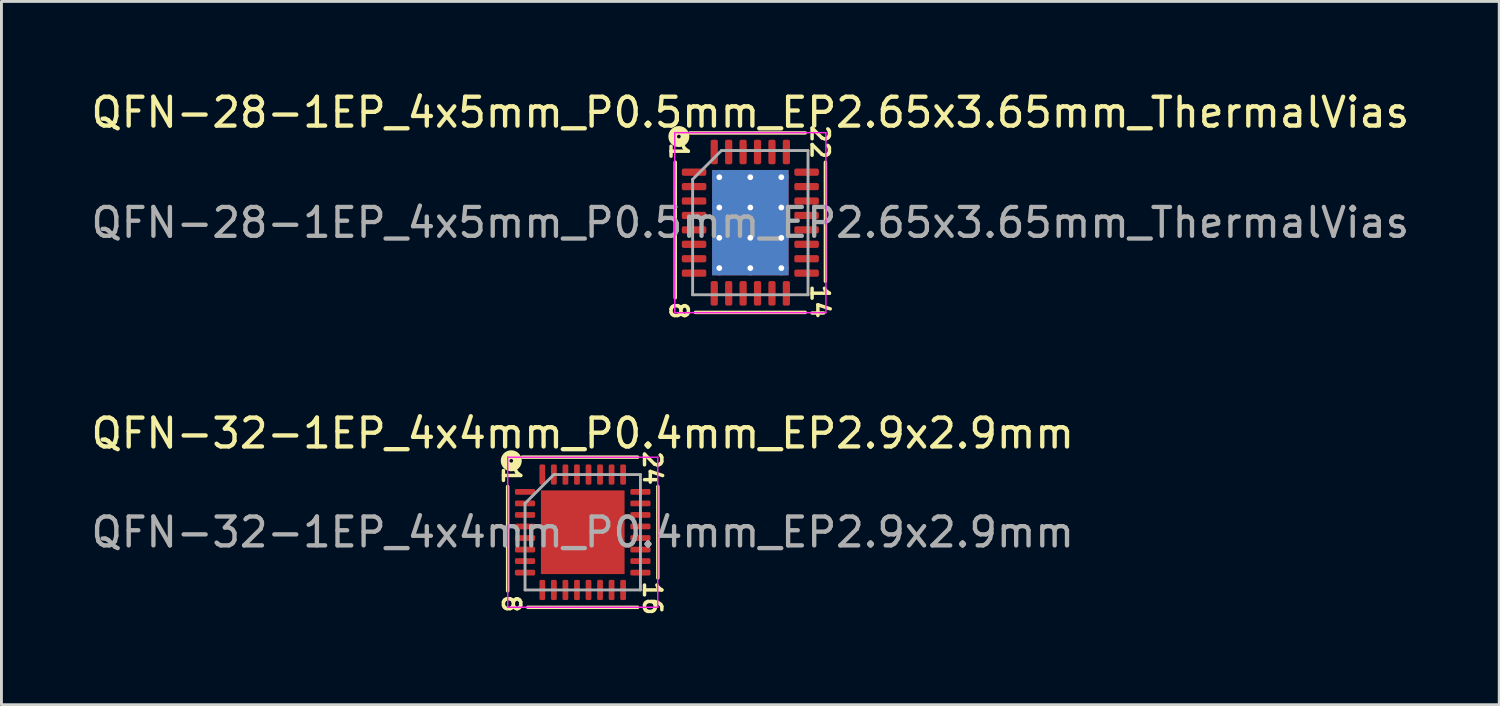
<source format=kicad_pcb>
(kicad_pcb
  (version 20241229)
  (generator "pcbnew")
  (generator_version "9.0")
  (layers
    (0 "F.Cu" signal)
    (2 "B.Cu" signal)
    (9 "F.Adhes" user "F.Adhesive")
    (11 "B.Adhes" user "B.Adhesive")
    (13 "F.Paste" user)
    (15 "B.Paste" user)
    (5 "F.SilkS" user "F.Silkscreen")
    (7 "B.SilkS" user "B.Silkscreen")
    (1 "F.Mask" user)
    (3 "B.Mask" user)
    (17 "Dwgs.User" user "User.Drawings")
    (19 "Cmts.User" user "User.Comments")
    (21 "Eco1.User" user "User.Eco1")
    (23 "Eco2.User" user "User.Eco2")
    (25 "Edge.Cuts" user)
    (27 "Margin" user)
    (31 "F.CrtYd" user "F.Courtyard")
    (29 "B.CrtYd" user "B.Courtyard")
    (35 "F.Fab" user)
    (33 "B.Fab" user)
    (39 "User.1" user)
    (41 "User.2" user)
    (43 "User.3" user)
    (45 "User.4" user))
  (footprint "QFN-28-1EP_4x5mm_P0.5mm_EP2.65x3.65mm_ThermalVias"
    (layer "F.Cu")
    (at 22.958 4.668)
    (property "Reference" "QFN-28-1EP_4x5mm_P0.5mm_EP2.65x3.65mm_ThermalVias" (at 0 -3.82 0) (layer "F.SilkS") (effects (font (size 1 1) (thickness 0.15))))
    (attr smd)
    (fp_line (start -2.603 -2.095) (end -2.603 2.603) (stroke (width 0.12) (type solid)) (layer "F.SilkS"))
    (fp_line (start -1.905 3.111) (end 1.905 3.111) (stroke (width 0.12) (type solid)) (layer "F.SilkS"))
    (fp_line (start 1.905 -3.111) (end -2.095 -3.111) (stroke (width 0.12) (type solid)) (layer "F.SilkS"))
    (fp_line (start 2.603 2.032) (end 2.603 -2.095) (stroke (width 0.12) (type solid)) (layer "F.SilkS"))
    (fp_circle (center -2.477 -2.985) (end -2.413 -2.985) (stroke (width 0.3) (type solid)) (fill no) (layer "F.SilkS"))
    (fp_line (start -2.62 -3.12) (end -2.62 3.12) (stroke (width 0.05) (type solid)) (layer "F.CrtYd"))
    (fp_line (start -2.62 3.12) (end 2.62 3.12) (stroke (width 0.05) (type solid)) (layer "F.CrtYd"))
    (fp_line (start 2.62 -3.12) (end -2.62 -3.12) (stroke (width 0.05) (type solid)) (layer "F.CrtYd"))
    (fp_line (start 2.62 3.12) (end 2.62 -3.12) (stroke (width 0.05) (type solid)) (layer "F.CrtYd"))
    (fp_line (start -2 -1.5) (end -1 -2.5) (stroke (width 0.1) (type solid)) (layer "F.Fab"))
    (fp_line (start -2 2.5) (end -2 -1.5) (stroke (width 0.1) (type solid)) (layer "F.Fab"))
    (fp_line (start -1 -2.5) (end 2 -2.5) (stroke (width 0.1) (type solid)) (layer "F.Fab"))
    (fp_line (start 2 -2.5) (end 2 2.5) (stroke (width 0.1) (type solid)) (layer "F.Fab"))
    (fp_line (start 2 2.5) (end -2 2.5) (stroke (width 0.1) (type solid)) (layer "F.Fab"))
    (fp_text user "1" (at -2.477 -2.477 270) (unlocked yes) (layer "F.SilkS") (effects (font (size 0.6 0.6) (thickness 0.12))))
    (fp_text user "8" (at -2.477 3.048 270) (unlocked yes) (layer "F.SilkS") (effects (font (size 0.6 0.6) (thickness 0.12))))
    (fp_text user "14" (at 2.413 2.731 270) (unlocked yes) (layer "F.SilkS") (effects (font (size 0.6 0.6) (thickness 0.12))))
    (fp_text user "22" (at 2.413 -2.794 270) (unlocked yes) (layer "F.SilkS") (effects (font (size 0.6 0.6) (thickness 0.12))))
    (fp_text user "${REFERENCE}" (at 0 0 0) (layer "F.Fab") (effects (font (size 1 1) (thickness 0.15))))
    (pad "" smd roundrect (at -0.66 -1.22) (size 1.07 0.98) (layers "F.Paste") (roundrect_rratio 0.25))
    (pad "" smd roundrect (at -0.66 0) (size 1.07 0.98) (layers "F.Paste") (roundrect_rratio 0.25))
    (pad "" smd roundrect (at -0.66 1.22) (size 1.07 0.98) (layers "F.Paste") (roundrect_rratio 0.25))
    (pad "" smd roundrect (at 0.66 -1.22) (size 1.07 0.98) (layers "F.Paste") (roundrect_rratio 0.25))
    (pad "" smd roundrect (at 0.66 0) (size 1.07 0.98) (layers "F.Paste") (roundrect_rratio 0.25))
    (pad "" smd roundrect (at 0.66 1.22) (size 1.07 0.98) (layers "F.Paste") (roundrect_rratio 0.25))
    (pad "1" smd roundrect (at -1.95 -1.75) (size 0.85 0.25) (layers "F.Cu" "F.Mask" "F.Paste") (roundrect_rratio 0.25))
    (pad "2" smd roundrect (at -1.95 -1.25) (size 0.85 0.25) (layers "F.Cu" "F.Mask" "F.Paste") (roundrect_rratio 0.25))
    (pad "3" smd roundrect (at -1.95 -0.75) (size 0.85 0.25) (layers "F.Cu" "F.Mask" "F.Paste") (roundrect_rratio 0.25))
    (pad "4" smd roundrect (at -1.95 -0.25) (size 0.85 0.25) (layers "F.Cu" "F.Mask" "F.Paste") (roundrect_rratio 0.25))
    (pad "5" smd roundrect (at -1.95 0.25) (size 0.85 0.25) (layers "F.Cu" "F.Mask" "F.Paste") (roundrect_rratio 0.25))
    (pad "6" smd roundrect (at -1.95 0.75) (size 0.85 0.25) (layers "F.Cu" "F.Mask" "F.Paste") (roundrect_rratio 0.25))
    (pad "7" smd roundrect (at -1.95 1.25) (size 0.85 0.25) (layers "F.Cu" "F.Mask" "F.Paste") (roundrect_rratio 0.25))
    (pad "8" smd roundrect (at -1.95 1.75) (size 0.85 0.25) (layers "F.Cu" "F.Mask" "F.Paste") (roundrect_rratio 0.25))
    (pad "9" smd roundrect (at -1.25 2.45) (size 0.25 0.85) (layers "F.Cu" "F.Mask" "F.Paste") (roundrect_rratio 0.25))
    (pad "10" smd roundrect (at -0.75 2.45) (size 0.25 0.85) (layers "F.Cu" "F.Mask" "F.Paste") (roundrect_rratio 0.25))
    (pad "11" smd roundrect (at -0.25 2.45) (size 0.25 0.85) (layers "F.Cu" "F.Mask" "F.Paste") (roundrect_rratio 0.25))
    (pad "12" smd roundrect (at 0.25 2.45) (size 0.25 0.85) (layers "F.Cu" "F.Mask" "F.Paste") (roundrect_rratio 0.25))
    (pad "13" smd roundrect (at 0.75 2.45) (size 0.25 0.85) (layers "F.Cu" "F.Mask" "F.Paste") (roundrect_rratio 0.25))
    (pad "14" smd roundrect (at 1.25 2.45) (size 0.25 0.85) (layers "F.Cu" "F.Mask" "F.Paste") (roundrect_rratio 0.25))
    (pad "15" smd roundrect (at 1.95 1.75) (size 0.85 0.25) (layers "F.Cu" "F.Mask" "F.Paste") (roundrect_rratio 0.25))
    (pad "16" smd roundrect (at 1.95 1.25) (size 0.85 0.25) (layers "F.Cu" "F.Mask" "F.Paste") (roundrect_rratio 0.25))
    (pad "17" smd roundrect (at 1.95 0.75) (size 0.85 0.25) (layers "F.Cu" "F.Mask" "F.Paste") (roundrect_rratio 0.25))
    (pad "18" smd roundrect (at 1.95 0.25) (size 0.85 0.25) (layers "F.Cu" "F.Mask" "F.Paste") (roundrect_rratio 0.25))
    (pad "19" smd roundrect (at 1.95 -0.25) (size 0.85 0.25) (layers "F.Cu" "F.Mask" "F.Paste") (roundrect_rratio 0.25))
    (pad "20" smd roundrect (at 1.95 -0.75) (size 0.85 0.25) (layers "F.Cu" "F.Mask" "F.Paste") (roundrect_rratio 0.25))
    (pad "21" smd roundrect (at 1.95 -1.25) (size 0.85 0.25) (layers "F.Cu" "F.Mask" "F.Paste") (roundrect_rratio 0.25))
    (pad "22" smd roundrect (at 1.95 -1.75) (size 0.85 0.25) (layers "F.Cu" "F.Mask" "F.Paste") (roundrect_rratio 0.25))
    (pad "23" smd roundrect (at 1.25 -2.45) (size 0.25 0.85) (layers "F.Cu" "F.Mask" "F.Paste") (roundrect_rratio 0.25))
    (pad "24" smd roundrect (at 0.75 -2.45) (size 0.25 0.85) (layers "F.Cu" "F.Mask" "F.Paste") (roundrect_rratio 0.25))
    (pad "25" smd roundrect (at 0.25 -2.45) (size 0.25 0.85) (layers "F.Cu" "F.Mask" "F.Paste") (roundrect_rratio 0.25))
    (pad "26" smd roundrect (at -0.25 -2.45) (size 0.25 0.85) (layers "F.Cu" "F.Mask" "F.Paste") (roundrect_rratio 0.25))
    (pad "27" smd roundrect (at -0.75 -2.45) (size 0.25 0.85) (layers "F.Cu" "F.Mask" "F.Paste") (roundrect_rratio 0.25))
    (pad "28" smd roundrect (at -1.25 -2.45) (size 0.25 0.85) (layers "F.Cu" "F.Mask" "F.Paste") (roundrect_rratio 0.25))
    (pad "29" thru_hole circle (at -1.075 -1.575) (size 0.5 0.5) (drill 0.2) (layers "*.Cu"))
    (pad "29" thru_hole circle (at -1.075 -0.525) (size 0.5 0.5) (drill 0.2) (layers "*.Cu"))
    (pad "29" thru_hole circle (at -1.075 0.525) (size 0.5 0.5) (drill 0.2) (layers "*.Cu"))
    (pad "29" thru_hole circle (at -1.075 1.575) (size 0.5 0.5) (drill 0.2) (layers "*.Cu"))
    (pad "29" thru_hole circle (at 0 -1.575) (size 0.5 0.5) (drill 0.2) (layers "*.Cu"))
    (pad "29" thru_hole circle (at 0 -0.525) (size 0.5 0.5) (drill 0.2) (layers "*.Cu"))
    (pad "29" smd rect (at 0 0) (size 2.65 3.65) (layers "F.Cu" "F.Mask"))
    (pad "29" smd rect (at 0 0) (size 2.65 3.65) (layers "B.Cu" "B.Mask"))
    (pad "29" thru_hole circle (at 0 0.525) (size 0.5 0.5) (drill 0.2) (layers "*.Cu"))
    (pad "29" thru_hole circle (at 0 1.575) (size 0.5 0.5) (drill 0.2) (layers "*.Cu"))
    (pad "29" thru_hole circle (at 1.075 -1.575) (size 0.5 0.5) (drill 0.2) (layers "*.Cu"))
    (pad "29" thru_hole circle (at 1.075 -0.525) (size 0.5 0.5) (drill 0.2) (layers "*.Cu"))
    (pad "29" thru_hole circle (at 1.075 0.525) (size 0.5 0.5) (drill 0.2) (layers "*.Cu"))
    (pad "29" thru_hole circle (at 1.075 1.575) (size 0.5 0.5) (drill 0.2) (layers "*.Cu")))
  (footprint "QFN-32-1EP_4x4mm_P0.4mm_EP2.9x2.9mm"
    (layer "F.Cu")
    (at 17.149 15.399)
    (property "Reference" "QFN-32-1EP_4x4mm_P0.4mm_EP2.9x2.9mm" (at 0 -3.429 0) (layer "F.SilkS") (effects (font (size 1 1) (thickness 0.15))))
    (attr smd)
    (fp_line (start -2.603 -1.587) (end -2.603 2.032) (stroke (width 0.12) (type solid)) (layer "F.SilkS"))
    (fp_line (start -1.905 2.603) (end 1.905 2.603) (stroke (width 0.12) (type solid)) (layer "F.SilkS"))
    (fp_line (start 1.905 -2.603) (end -2.095 -2.603) (stroke (width 0.12) (type solid)) (layer "F.SilkS"))
    (fp_line (start 2.603 1.587) (end 2.603 -1.587) (stroke (width 0.12) (type solid)) (layer "F.SilkS"))
    (fp_circle (center -2.477 -2.477) (end -2.413 -2.477) (stroke (width 0.3) (type solid)) (fill no) (layer "F.SilkS"))
    (fp_line (start -2.6 -2.6) (end -2.6 2.6) (stroke (width 0.05) (type solid)) (layer "F.CrtYd"))
    (fp_line (start -2.6 2.6) (end 2.6 2.6) (stroke (width 0.05) (type solid)) (layer "F.CrtYd"))
    (fp_line (start 2.6 -2.6) (end -2.6 -2.6) (stroke (width 0.05) (type solid)) (layer "F.CrtYd"))
    (fp_line (start 2.6 2.6) (end 2.6 -2.6) (stroke (width 0.05) (type solid)) (layer "F.CrtYd"))
    (fp_line (start -2 -1) (end -1 -2) (stroke (width 0.1) (type solid)) (layer "F.Fab"))
    (fp_line (start -2 2) (end -2 -1) (stroke (width 0.1) (type solid)) (layer "F.Fab"))
    (fp_line (start -1 -2) (end 2 -2) (stroke (width 0.1) (type solid)) (layer "F.Fab"))
    (fp_line (start 2 -2) (end 2 2) (stroke (width 0.1) (type solid)) (layer "F.Fab"))
    (fp_line (start 2 2) (end -2 2) (stroke (width 0.1) (type solid)) (layer "F.Fab"))
    (fp_text user "8" (at -2.477 2.477 270) (unlocked yes) (layer "F.SilkS") (effects (font (size 0.6 0.6) (thickness 0.12))))
    (fp_text user "24" (at 2.413 -2.223 270) (unlocked yes) (layer "F.SilkS") (effects (font (size 0.6 0.6) (thickness 0.12))))
    (fp_text user "1" (at -2.477 -1.968 270) (unlocked yes) (layer "F.SilkS") (effects (font (size 0.6 0.6) (thickness 0.12))))
    (fp_text user "16" (at 2.413 2.286 270) (unlocked yes) (layer "F.SilkS") (effects (font (size 0.6 0.6) (thickness 0.12))))
    (fp_text user "${REFERENCE}" (at 0 0 0) (layer "F.Fab") (effects (font (size 1 1) (thickness 0.15))))
    (pad "" smd roundrect (at -0.725 -0.725) (size 1.17 1.17) (layers "F.Paste") (roundrect_rratio 0.214))
    (pad "" smd roundrect (at -0.725 0.725) (size 1.17 1.17) (layers "F.Paste") (roundrect_rratio 0.214))
    (pad "" smd roundrect (at 0.725 -0.725) (size 1.17 1.17) (layers "F.Paste") (roundrect_rratio 0.214))
    (pad "" smd roundrect (at 0.725 0.725) (size 1.17 1.17) (layers "F.Paste") (roundrect_rratio 0.214))
    (pad "1" smd roundrect (at -2 -1.4) (size 0.7 0.2) (layers "F.Cu" "F.Mask" "F.Paste") (roundrect_rratio 0.25))
    (pad "2" smd roundrect (at -2 -1) (size 0.7 0.2) (layers "F.Cu" "F.Mask" "F.Paste") (roundrect_rratio 0.25))
    (pad "3" smd roundrect (at -2 -0.6) (size 0.7 0.2) (layers "F.Cu" "F.Mask" "F.Paste") (roundrect_rratio 0.25))
    (pad "4" smd roundrect (at -2 -0.2) (size 0.7 0.2) (layers "F.Cu" "F.Mask" "F.Paste") (roundrect_rratio 0.25))
    (pad "5" smd roundrect (at -2 0.2) (size 0.7 0.2) (layers "F.Cu" "F.Mask" "F.Paste") (roundrect_rratio 0.25))
    (pad "6" smd roundrect (at -2 0.6) (size 0.7 0.2) (layers "F.Cu" "F.Mask" "F.Paste") (roundrect_rratio 0.25))
    (pad "7" smd roundrect (at -2 1) (size 0.7 0.2) (layers "F.Cu" "F.Mask" "F.Paste") (roundrect_rratio 0.25))
    (pad "8" smd roundrect (at -2 1.4) (size 0.7 0.2) (layers "F.Cu" "F.Mask" "F.Paste") (roundrect_rratio 0.25))
    (pad "9" smd roundrect (at -1.4 2) (size 0.2 0.7) (layers "F.Cu" "F.Mask" "F.Paste") (roundrect_rratio 0.25))
    (pad "10" smd roundrect (at -1 2) (size 0.2 0.7) (layers "F.Cu" "F.Mask" "F.Paste") (roundrect_rratio 0.25))
    (pad "11" smd roundrect (at -0.6 2) (size 0.2 0.7) (layers "F.Cu" "F.Mask" "F.Paste") (roundrect_rratio 0.25))
    (pad "12" smd roundrect (at -0.2 2) (size 0.2 0.7) (layers "F.Cu" "F.Mask" "F.Paste") (roundrect_rratio 0.25))
    (pad "13" smd roundrect (at 0.2 2) (size 0.2 0.7) (layers "F.Cu" "F.Mask" "F.Paste") (roundrect_rratio 0.25))
    (pad "14" smd roundrect (at 0.6 2) (size 0.2 0.7) (layers "F.Cu" "F.Mask" "F.Paste") (roundrect_rratio 0.25))
    (pad "15" smd roundrect (at 1 2) (size 0.2 0.7) (layers "F.Cu" "F.Mask" "F.Paste") (roundrect_rratio 0.25))
    (pad "16" smd roundrect (at 1.4 2) (size 0.2 0.7) (layers "F.Cu" "F.Mask" "F.Paste") (roundrect_rratio 0.25))
    (pad "17" smd roundrect (at 2 1.4) (size 0.7 0.2) (layers "F.Cu" "F.Mask" "F.Paste") (roundrect_rratio 0.25))
    (pad "18" smd roundrect (at 2 1) (size 0.7 0.2) (layers "F.Cu" "F.Mask" "F.Paste") (roundrect_rratio 0.25))
    (pad "19" smd roundrect (at 2 0.6) (size 0.7 0.2) (layers "F.Cu" "F.Mask" "F.Paste") (roundrect_rratio 0.25))
    (pad "20" smd roundrect (at 2 0.2) (size 0.7 0.2) (layers "F.Cu" "F.Mask" "F.Paste") (roundrect_rratio 0.25))
    (pad "21" smd roundrect (at 2 -0.2) (size 0.7 0.2) (layers "F.Cu" "F.Mask" "F.Paste") (roundrect_rratio 0.25))
    (pad "22" smd roundrect (at 2 -0.6) (size 0.7 0.2) (layers "F.Cu" "F.Mask" "F.Paste") (roundrect_rratio 0.25))
    (pad "23" smd roundrect (at 2 -1) (size 0.7 0.2) (layers "F.Cu" "F.Mask" "F.Paste") (roundrect_rratio 0.25))
    (pad "24" smd roundrect (at 2 -1.4) (size 0.7 0.2) (layers "F.Cu" "F.Mask" "F.Paste") (roundrect_rratio 0.25))
    (pad "25" smd roundrect (at 1.4 -2) (size 0.2 0.7) (layers "F.Cu" "F.Mask" "F.Paste") (roundrect_rratio 0.25))
    (pad "26" smd roundrect (at 1 -2) (size 0.2 0.7) (layers "F.Cu" "F.Mask" "F.Paste") (roundrect_rratio 0.25))
    (pad "27" smd roundrect (at 0.6 -2) (size 0.2 0.7) (layers "F.Cu" "F.Mask" "F.Paste") (roundrect_rratio 0.25))
    (pad "28" smd roundrect (at 0.2 -2) (size 0.2 0.7) (layers "F.Cu" "F.Mask" "F.Paste") (roundrect_rratio 0.25))
    (pad "29" smd roundrect (at -0.2 -2) (size 0.2 0.7) (layers "F.Cu" "F.Mask" "F.Paste") (roundrect_rratio 0.25))
    (pad "30" smd roundrect (at -0.6 -2) (size 0.2 0.7) (layers "F.Cu" "F.Mask" "F.Paste") (roundrect_rratio 0.25))
    (pad "31" smd roundrect (at -1 -2) (size 0.2 0.7) (layers "F.Cu" "F.Mask" "F.Paste") (roundrect_rratio 0.25))
    (pad "32" smd roundrect (at -1.4 -2) (size 0.2 0.7) (layers "F.Cu" "F.Mask" "F.Paste") (roundrect_rratio 0.25))
    (pad "33" smd rect (at 0 0) (size 2.9 2.9) (layers "F.Cu" "F.Mask")))
  (gr_rect
    (start -3 -3)
    (end 48.917 21.377)
    (stroke (width 0.1) (type default))
    (fill no)
    (layer "Edge.Cuts")))
</source>
